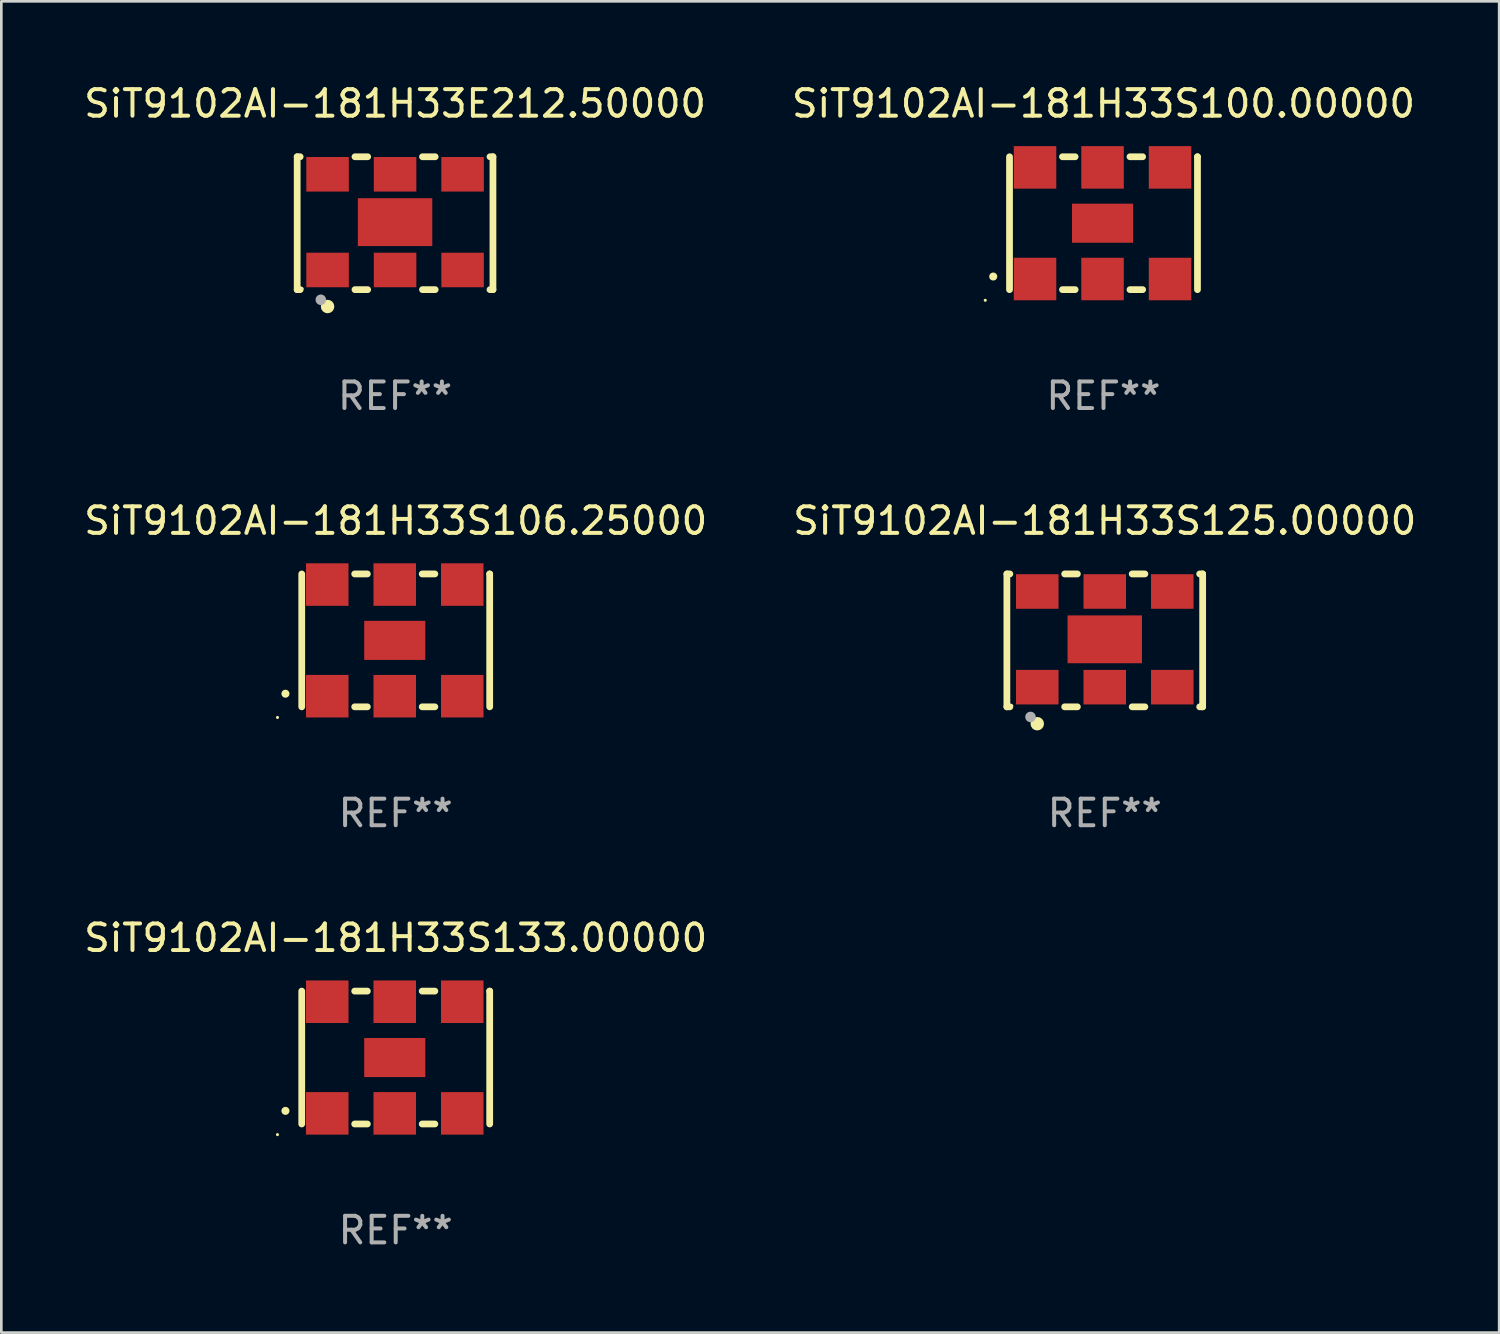
<source format=kicad_pcb>
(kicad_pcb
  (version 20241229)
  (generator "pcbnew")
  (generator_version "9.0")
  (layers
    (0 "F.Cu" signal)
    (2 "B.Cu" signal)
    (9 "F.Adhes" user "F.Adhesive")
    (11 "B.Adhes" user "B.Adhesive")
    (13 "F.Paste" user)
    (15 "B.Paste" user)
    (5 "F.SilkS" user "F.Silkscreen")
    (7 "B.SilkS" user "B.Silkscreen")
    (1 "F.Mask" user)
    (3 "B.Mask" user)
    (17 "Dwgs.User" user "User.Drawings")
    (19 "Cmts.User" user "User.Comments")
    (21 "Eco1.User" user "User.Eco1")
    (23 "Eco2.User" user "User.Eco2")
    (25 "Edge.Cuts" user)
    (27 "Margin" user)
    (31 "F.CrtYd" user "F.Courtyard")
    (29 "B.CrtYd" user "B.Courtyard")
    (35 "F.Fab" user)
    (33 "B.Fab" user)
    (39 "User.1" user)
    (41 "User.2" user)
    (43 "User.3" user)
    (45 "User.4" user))
  (footprint "SiT9102AI-181H33S133.00000"
    (layer "F.Cu")
    (at 11.839 36.741)
    (property "Reference" "SiT9102AI-181H33S133.00000" (at 0 -4.5 0) (layer "F.SilkS") (effects (font (size 1 1) (thickness 0.15))))
    (attr through_hole)
    (fp_line (start -3.536 -2.5) (end -3.536 2.5) (stroke (width 0.254) (type solid)) (layer "F.SilkS"))
    (fp_line (start -1.544 2.5) (end -1.067 2.5) (stroke (width 0.254) (type solid)) (layer "F.SilkS"))
    (fp_line (start -1.067 -2.5) (end -1.544 -2.5) (stroke (width 0.254) (type solid)) (layer "F.SilkS"))
    (fp_line (start 0.996 2.5) (end 1.473 2.5) (stroke (width 0.254) (type solid)) (layer "F.SilkS"))
    (fp_line (start 1.473 -2.5) (end 0.996 -2.5) (stroke (width 0.254) (type solid)) (layer "F.SilkS"))
    (fp_line (start 3.536 -2.5) (end 3.536 -2.5) (stroke (width 0.254) (type solid)) (layer "F.SilkS"))
    (fp_line (start 3.536 2.5) (end 3.536 -2.5) (stroke (width 0.254) (type solid)) (layer "F.SilkS"))
    (fp_arc (start -4.150432 2.006604) (mid -4.149162 2.006599) (end -4.147892 2.006604) (stroke (width 0.3) (type solid)) (layer "F.SilkS"))
    (fp_circle (center -4.449 2.9) (end -4.419 2.9) (stroke (width 0.06) (type solid)) (fill no) (layer "F.SilkS"))
    (fp_text user "REF**" (at 0 6.5 0) (layer "F.Fab") (effects (font (size 1 1) (thickness 0.15))))
    (pad "1" smd rect (at -2.576 2.1) (size 1.6 1.6) (layers "F.Cu" "F.Mask" "F.Paste"))
    (pad "2" smd rect (at -0.036 2.1) (size 1.6 1.6) (layers "F.Cu" "F.Mask" "F.Paste"))
    (pad "3" smd rect (at 2.504 2.1) (size 1.6 1.6) (layers "F.Cu" "F.Mask" "F.Paste"))
    (pad "4" smd rect (at 2.504 -2.1) (size 1.6 1.6) (layers "F.Cu" "F.Mask" "F.Paste"))
    (pad "5" smd rect (at -0.036 -2.1) (size 1.6 1.6) (layers "F.Cu" "F.Mask" "F.Paste"))
    (pad "6" smd rect (at -2.576 -2.1) (size 1.6 1.6) (layers "F.Cu" "F.Mask" "F.Paste"))
    (pad "7" smd rect (at -0.036 0) (size 2.3 1.47) (layers "F.Cu" "F.Mask" "F.Paste")))
  (footprint "SiT9102AI-181H33S106.25000"
    (layer "F.Cu")
    (at 11.839 21.045)
    (property "Reference" "SiT9102AI-181H33S106.25000" (at 0 -4.5 0) (layer "F.SilkS") (effects (font (size 1 1) (thickness 0.15))))
    (attr through_hole)
    (fp_line (start -3.536 -2.5) (end -3.536 2.5) (stroke (width 0.254) (type solid)) (layer "F.SilkS"))
    (fp_line (start -1.544 2.5) (end -1.067 2.5) (stroke (width 0.254) (type solid)) (layer "F.SilkS"))
    (fp_line (start -1.067 -2.5) (end -1.544 -2.5) (stroke (width 0.254) (type solid)) (layer "F.SilkS"))
    (fp_line (start 0.996 2.5) (end 1.473 2.5) (stroke (width 0.254) (type solid)) (layer "F.SilkS"))
    (fp_line (start 1.473 -2.5) (end 0.996 -2.5) (stroke (width 0.254) (type solid)) (layer "F.SilkS"))
    (fp_line (start 3.536 -2.5) (end 3.536 -2.5) (stroke (width 0.254) (type solid)) (layer "F.SilkS"))
    (fp_line (start 3.536 2.5) (end 3.536 -2.5) (stroke (width 0.254) (type solid)) (layer "F.SilkS"))
    (fp_arc (start -4.150432 2.006604) (mid -4.149162 2.006599) (end -4.147892 2.006604) (stroke (width 0.3) (type solid)) (layer "F.SilkS"))
    (fp_circle (center -4.449 2.9) (end -4.419 2.9) (stroke (width 0.06) (type solid)) (fill no) (layer "F.SilkS"))
    (fp_text user "REF**" (at 0 6.5 0) (layer "F.Fab") (effects (font (size 1 1) (thickness 0.15))))
    (pad "1" smd rect (at -2.576 2.1) (size 1.6 1.6) (layers "F.Cu" "F.Mask" "F.Paste"))
    (pad "2" smd rect (at -0.036 2.1) (size 1.6 1.6) (layers "F.Cu" "F.Mask" "F.Paste"))
    (pad "3" smd rect (at 2.504 2.1) (size 1.6 1.6) (layers "F.Cu" "F.Mask" "F.Paste"))
    (pad "4" smd rect (at 2.504 -2.1) (size 1.6 1.6) (layers "F.Cu" "F.Mask" "F.Paste"))
    (pad "5" smd rect (at -0.036 -2.1) (size 1.6 1.6) (layers "F.Cu" "F.Mask" "F.Paste"))
    (pad "6" smd rect (at -2.576 -2.1) (size 1.6 1.6) (layers "F.Cu" "F.Mask" "F.Paste"))
    (pad "7" smd rect (at -0.036 0) (size 2.3 1.47) (layers "F.Cu" "F.Mask" "F.Paste")))
  (footprint "SiT9102AI-181H33E212.50000"
    (layer "F.Cu")
    (at 11.815 5.348)
    (property "Reference" "SiT9102AI-181H33E212.50000" (at 0 -4.5 0) (layer "F.SilkS") (effects (font (size 1 1) (thickness 0.15))))
    (attr through_hole)
    (fp_line (start -3.683 -2.5) (end -3.571 -2.5) (stroke (width 0.254) (type solid)) (layer "F.SilkS"))
    (fp_line (start -3.683 2.5) (end -3.683 -2.5) (stroke (width 0.254) (type solid)) (layer "F.SilkS"))
    (fp_line (start -3.683 2.5) (end -3.571 2.5) (stroke (width 0.254) (type solid)) (layer "F.SilkS"))
    (fp_line (start -1.509 -2.5) (end -1.031 -2.5) (stroke (width 0.254) (type solid)) (layer "F.SilkS"))
    (fp_line (start -1.509 2.5) (end -1.031 2.5) (stroke (width 0.254) (type solid)) (layer "F.SilkS"))
    (fp_line (start 1.031 -2.5) (end 1.509 -2.5) (stroke (width 0.254) (type solid)) (layer "F.SilkS"))
    (fp_line (start 1.031 2.5) (end 1.509 2.5) (stroke (width 0.254) (type solid)) (layer "F.SilkS"))
    (fp_line (start 3.571 -2.5) (end 3.683 -2.5) (stroke (width 0.254) (type solid)) (layer "F.SilkS"))
    (fp_line (start 3.571 2.5) (end 3.683 2.5) (stroke (width 0.254) (type solid)) (layer "F.SilkS"))
    (fp_line (start 3.683 2.5) (end 3.683 -2.5) (stroke (width 0.254) (type solid)) (layer "F.SilkS"))
    (fp_circle (center -3.5 2.46) (end -3.47 2.46) (stroke (width 0.06) (type solid)) (fill no) (layer "F.SilkS"))
    (fp_circle (center -2.54 3.135) (end -2.413 3.135) (stroke (width 0.254) (type solid)) (fill no) (layer "F.SilkS"))
    (fp_circle (center -2.794 2.881) (end -2.694 2.881) (stroke (width 0.2) (type solid)) (fill no) (layer "F.Fab"))
    (fp_text user "REF**" (at 0 6.5 0) (layer "F.Fab") (effects (font (size 1 1) (thickness 0.15))))
    (pad "1" smd rect (at -2.54 1.76) (size 1.6 1.3) (layers "F.Cu" "F.Mask" "F.Paste"))
    (pad "2" smd rect (at 0 1.76) (size 1.6 1.3) (layers "F.Cu" "F.Mask" "F.Paste"))
    (pad "3" smd rect (at 2.54 1.76) (size 1.6 1.3) (layers "F.Cu" "F.Mask" "F.Paste"))
    (pad "4" smd rect (at 2.54 -1.84) (size 1.6 1.3) (layers "F.Cu" "F.Mask" "F.Paste"))
    (pad "5" smd rect (at 0 -1.84) (size 1.6 1.3) (layers "F.Cu" "F.Mask" "F.Paste"))
    (pad "6" smd rect (at -2.54 -1.84) (size 1.6 1.3) (layers "F.Cu" "F.Mask" "F.Paste"))
    (pad "7" smd rect (at 0 -0.04) (size 2.8 1.8) (layers "F.Cu" "F.Mask" "F.Paste")))
  (footprint "SiT9102AI-181H33S125.00000"
    (layer "F.Cu")
    (at 38.518 21.045)
    (property "Reference" "SiT9102AI-181H33S125.00000" (at 0 -4.5 0) (layer "F.SilkS") (effects (font (size 1 1) (thickness 0.15))))
    (attr through_hole)
    (fp_line (start -3.683 -2.5) (end -3.571 -2.5) (stroke (width 0.254) (type solid)) (layer "F.SilkS"))
    (fp_line (start -3.683 2.5) (end -3.683 -2.5) (stroke (width 0.254) (type solid)) (layer "F.SilkS"))
    (fp_line (start -3.683 2.5) (end -3.571 2.5) (stroke (width 0.254) (type solid)) (layer "F.SilkS"))
    (fp_line (start -1.509 -2.5) (end -1.031 -2.5) (stroke (width 0.254) (type solid)) (layer "F.SilkS"))
    (fp_line (start -1.509 2.5) (end -1.031 2.5) (stroke (width 0.254) (type solid)) (layer "F.SilkS"))
    (fp_line (start 1.031 -2.5) (end 1.509 -2.5) (stroke (width 0.254) (type solid)) (layer "F.SilkS"))
    (fp_line (start 1.031 2.5) (end 1.509 2.5) (stroke (width 0.254) (type solid)) (layer "F.SilkS"))
    (fp_line (start 3.571 -2.5) (end 3.683 -2.5) (stroke (width 0.254) (type solid)) (layer "F.SilkS"))
    (fp_line (start 3.571 2.5) (end 3.683 2.5) (stroke (width 0.254) (type solid)) (layer "F.SilkS"))
    (fp_line (start 3.683 2.5) (end 3.683 -2.5) (stroke (width 0.254) (type solid)) (layer "F.SilkS"))
    (fp_circle (center -3.5 2.46) (end -3.47 2.46) (stroke (width 0.06) (type solid)) (fill no) (layer "F.SilkS"))
    (fp_circle (center -2.54 3.135) (end -2.413 3.135) (stroke (width 0.254) (type solid)) (fill no) (layer "F.SilkS"))
    (fp_circle (center -2.794 2.881) (end -2.694 2.881) (stroke (width 0.2) (type solid)) (fill no) (layer "F.Fab"))
    (fp_text user "REF**" (at 0 6.5 0) (layer "F.Fab") (effects (font (size 1 1) (thickness 0.15))))
    (pad "1" smd rect (at -2.54 1.76) (size 1.6 1.3) (layers "F.Cu" "F.Mask" "F.Paste"))
    (pad "2" smd rect (at 0 1.76) (size 1.6 1.3) (layers "F.Cu" "F.Mask" "F.Paste"))
    (pad "3" smd rect (at 2.54 1.76) (size 1.6 1.3) (layers "F.Cu" "F.Mask" "F.Paste"))
    (pad "4" smd rect (at 2.54 -1.84) (size 1.6 1.3) (layers "F.Cu" "F.Mask" "F.Paste"))
    (pad "5" smd rect (at 0 -1.84) (size 1.6 1.3) (layers "F.Cu" "F.Mask" "F.Paste"))
    (pad "6" smd rect (at -2.54 -1.84) (size 1.6 1.3) (layers "F.Cu" "F.Mask" "F.Paste"))
    (pad "7" smd rect (at 0 -0.04) (size 2.8 1.8) (layers "F.Cu" "F.Mask" "F.Paste")))
  (footprint "SiT9102AI-181H33S100.00000"
    (layer "F.Cu")
    (at 38.47 5.348)
    (property "Reference" "SiT9102AI-181H33S100.00000" (at 0 -4.5 0) (layer "F.SilkS") (effects (font (size 1 1) (thickness 0.15))))
    (attr through_hole)
    (fp_line (start -3.536 -2.5) (end -3.536 2.5) (stroke (width 0.254) (type solid)) (layer "F.SilkS"))
    (fp_line (start -1.544 2.5) (end -1.067 2.5) (stroke (width 0.254) (type solid)) (layer "F.SilkS"))
    (fp_line (start -1.067 -2.5) (end -1.544 -2.5) (stroke (width 0.254) (type solid)) (layer "F.SilkS"))
    (fp_line (start 0.996 2.5) (end 1.473 2.5) (stroke (width 0.254) (type solid)) (layer "F.SilkS"))
    (fp_line (start 1.473 -2.5) (end 0.996 -2.5) (stroke (width 0.254) (type solid)) (layer "F.SilkS"))
    (fp_line (start 3.536 -2.5) (end 3.536 -2.5) (stroke (width 0.254) (type solid)) (layer "F.SilkS"))
    (fp_line (start 3.536 2.5) (end 3.536 -2.5) (stroke (width 0.254) (type solid)) (layer "F.SilkS"))
    (fp_arc (start -4.150432 2.006604) (mid -4.149162 2.006599) (end -4.147892 2.006604) (stroke (width 0.3) (type solid)) (layer "F.SilkS"))
    (fp_circle (center -4.449 2.9) (end -4.419 2.9) (stroke (width 0.06) (type solid)) (fill no) (layer "F.SilkS"))
    (fp_text user "REF**" (at 0 6.5 0) (layer "F.Fab") (effects (font (size 1 1) (thickness 0.15))))
    (pad "1" smd rect (at -2.576 2.1) (size 1.6 1.6) (layers "F.Cu" "F.Mask" "F.Paste"))
    (pad "2" smd rect (at -0.036 2.1) (size 1.6 1.6) (layers "F.Cu" "F.Mask" "F.Paste"))
    (pad "3" smd rect (at 2.504 2.1) (size 1.6 1.6) (layers "F.Cu" "F.Mask" "F.Paste"))
    (pad "4" smd rect (at 2.504 -2.1) (size 1.6 1.6) (layers "F.Cu" "F.Mask" "F.Paste"))
    (pad "5" smd rect (at -0.036 -2.1) (size 1.6 1.6) (layers "F.Cu" "F.Mask" "F.Paste"))
    (pad "6" smd rect (at -2.576 -2.1) (size 1.6 1.6) (layers "F.Cu" "F.Mask" "F.Paste"))
    (pad "7" smd rect (at -0.036 0) (size 2.3 1.47) (layers "F.Cu" "F.Mask" "F.Paste")))
  (gr_rect
    (start -3 -3)
    (end 53.357 47.09)
    (stroke (width 0.1) (type default))
    (fill no)
    (layer "Edge.Cuts")))
</source>
